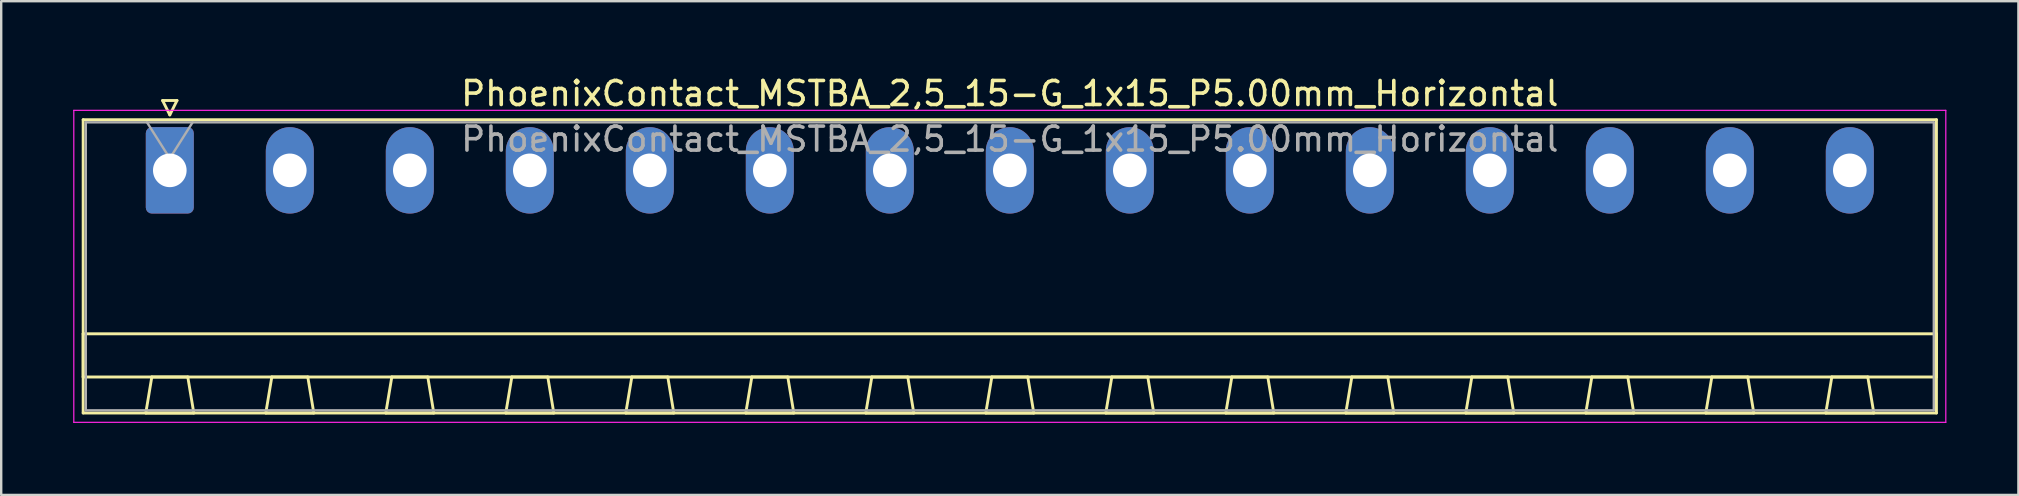
<source format=kicad_pcb>
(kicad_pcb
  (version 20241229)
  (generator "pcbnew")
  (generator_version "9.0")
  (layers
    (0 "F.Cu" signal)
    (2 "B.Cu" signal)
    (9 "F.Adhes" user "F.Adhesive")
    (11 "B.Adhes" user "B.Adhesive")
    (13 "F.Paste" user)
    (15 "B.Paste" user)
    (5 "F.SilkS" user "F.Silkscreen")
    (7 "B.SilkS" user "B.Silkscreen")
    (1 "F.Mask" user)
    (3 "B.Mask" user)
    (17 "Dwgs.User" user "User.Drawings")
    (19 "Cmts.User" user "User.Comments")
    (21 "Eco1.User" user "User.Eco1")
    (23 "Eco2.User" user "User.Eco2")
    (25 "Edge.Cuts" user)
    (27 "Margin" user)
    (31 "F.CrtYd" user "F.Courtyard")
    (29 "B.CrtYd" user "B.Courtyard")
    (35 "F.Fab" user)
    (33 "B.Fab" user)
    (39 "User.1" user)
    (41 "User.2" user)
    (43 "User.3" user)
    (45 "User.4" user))
  (footprint "PhoenixContact_MSTBA_2,5_15-G_1x15_P5.00mm_Horizontal"
    (layer "F.Cu")
    (at 4.025 4.048)
    (property "Reference" "PhoenixContact_MSTBA_2,5_15-G_1x15_P5.00mm_Horizontal" (at 35 -3.2 0) (layer "F.SilkS") (effects (font (size 1 1) (thickness 0.15))))
    (attr through_hole)
    (fp_line (start -3.61 -2.11) (end -3.61 10.11) (stroke (width 0.12) (type solid)) (layer "F.SilkS"))
    (fp_line (start -3.61 6.81) (end 73.61 6.81) (stroke (width 0.12) (type solid)) (layer "F.SilkS"))
    (fp_line (start -3.61 8.61) (end -3.61 6.81) (stroke (width 0.12) (type solid)) (layer "F.SilkS"))
    (fp_line (start -3.61 10.11) (end 73.61 10.11) (stroke (width 0.12) (type solid)) (layer "F.SilkS"))
    (fp_line (start -1 10.11) (end 1 10.11) (stroke (width 0.12) (type solid)) (layer "F.SilkS"))
    (fp_line (start -0.75 8.61) (end -1 10.11) (stroke (width 0.12) (type solid)) (layer "F.SilkS"))
    (fp_line (start -0.3 -2.91) (end 0.3 -2.91) (stroke (width 0.12) (type solid)) (layer "F.SilkS"))
    (fp_line (start 0 -2.31) (end -0.3 -2.91) (stroke (width 0.12) (type solid)) (layer "F.SilkS"))
    (fp_line (start 0.3 -2.91) (end 0 -2.31) (stroke (width 0.12) (type solid)) (layer "F.SilkS"))
    (fp_line (start 0.75 8.61) (end -0.75 8.61) (stroke (width 0.12) (type solid)) (layer "F.SilkS"))
    (fp_line (start 1 10.11) (end 0.75 8.61) (stroke (width 0.12) (type solid)) (layer "F.SilkS"))
    (fp_line (start 4 10.11) (end 6 10.11) (stroke (width 0.12) (type solid)) (layer "F.SilkS"))
    (fp_line (start 4.25 8.61) (end 4 10.11) (stroke (width 0.12) (type solid)) (layer "F.SilkS"))
    (fp_line (start 5.75 8.61) (end 4.25 8.61) (stroke (width 0.12) (type solid)) (layer "F.SilkS"))
    (fp_line (start 6 10.11) (end 5.75 8.61) (stroke (width 0.12) (type solid)) (layer "F.SilkS"))
    (fp_line (start 9 10.11) (end 11 10.11) (stroke (width 0.12) (type solid)) (layer "F.SilkS"))
    (fp_line (start 9.25 8.61) (end 9 10.11) (stroke (width 0.12) (type solid)) (layer "F.SilkS"))
    (fp_line (start 10.75 8.61) (end 9.25 8.61) (stroke (width 0.12) (type solid)) (layer "F.SilkS"))
    (fp_line (start 11 10.11) (end 10.75 8.61) (stroke (width 0.12) (type solid)) (layer "F.SilkS"))
    (fp_line (start 14 10.11) (end 16 10.11) (stroke (width 0.12) (type solid)) (layer "F.SilkS"))
    (fp_line (start 14.25 8.61) (end 14 10.11) (stroke (width 0.12) (type solid)) (layer "F.SilkS"))
    (fp_line (start 15.75 8.61) (end 14.25 8.61) (stroke (width 0.12) (type solid)) (layer "F.SilkS"))
    (fp_line (start 16 10.11) (end 15.75 8.61) (stroke (width 0.12) (type solid)) (layer "F.SilkS"))
    (fp_line (start 19 10.11) (end 21 10.11) (stroke (width 0.12) (type solid)) (layer "F.SilkS"))
    (fp_line (start 19.25 8.61) (end 19 10.11) (stroke (width 0.12) (type solid)) (layer "F.SilkS"))
    (fp_line (start 20.75 8.61) (end 19.25 8.61) (stroke (width 0.12) (type solid)) (layer "F.SilkS"))
    (fp_line (start 21 10.11) (end 20.75 8.61) (stroke (width 0.12) (type solid)) (layer "F.SilkS"))
    (fp_line (start 24 10.11) (end 26 10.11) (stroke (width 0.12) (type solid)) (layer "F.SilkS"))
    (fp_line (start 24.25 8.61) (end 24 10.11) (stroke (width 0.12) (type solid)) (layer "F.SilkS"))
    (fp_line (start 25.75 8.61) (end 24.25 8.61) (stroke (width 0.12) (type solid)) (layer "F.SilkS"))
    (fp_line (start 26 10.11) (end 25.75 8.61) (stroke (width 0.12) (type solid)) (layer "F.SilkS"))
    (fp_line (start 29 10.11) (end 31 10.11) (stroke (width 0.12) (type solid)) (layer "F.SilkS"))
    (fp_line (start 29.25 8.61) (end 29 10.11) (stroke (width 0.12) (type solid)) (layer "F.SilkS"))
    (fp_line (start 30.75 8.61) (end 29.25 8.61) (stroke (width 0.12) (type solid)) (layer "F.SilkS"))
    (fp_line (start 31 10.11) (end 30.75 8.61) (stroke (width 0.12) (type solid)) (layer "F.SilkS"))
    (fp_line (start 34 10.11) (end 36 10.11) (stroke (width 0.12) (type solid)) (layer "F.SilkS"))
    (fp_line (start 34.25 8.61) (end 34 10.11) (stroke (width 0.12) (type solid)) (layer "F.SilkS"))
    (fp_line (start 35.75 8.61) (end 34.25 8.61) (stroke (width 0.12) (type solid)) (layer "F.SilkS"))
    (fp_line (start 36 10.11) (end 35.75 8.61) (stroke (width 0.12) (type solid)) (layer "F.SilkS"))
    (fp_line (start 39 10.11) (end 41 10.11) (stroke (width 0.12) (type solid)) (layer "F.SilkS"))
    (fp_line (start 39.25 8.61) (end 39 10.11) (stroke (width 0.12) (type solid)) (layer "F.SilkS"))
    (fp_line (start 40.75 8.61) (end 39.25 8.61) (stroke (width 0.12) (type solid)) (layer "F.SilkS"))
    (fp_line (start 41 10.11) (end 40.75 8.61) (stroke (width 0.12) (type solid)) (layer "F.SilkS"))
    (fp_line (start 44 10.11) (end 46 10.11) (stroke (width 0.12) (type solid)) (layer "F.SilkS"))
    (fp_line (start 44.25 8.61) (end 44 10.11) (stroke (width 0.12) (type solid)) (layer "F.SilkS"))
    (fp_line (start 45.75 8.61) (end 44.25 8.61) (stroke (width 0.12) (type solid)) (layer "F.SilkS"))
    (fp_line (start 46 10.11) (end 45.75 8.61) (stroke (width 0.12) (type solid)) (layer "F.SilkS"))
    (fp_line (start 49 10.11) (end 51 10.11) (stroke (width 0.12) (type solid)) (layer "F.SilkS"))
    (fp_line (start 49.25 8.61) (end 49 10.11) (stroke (width 0.12) (type solid)) (layer "F.SilkS"))
    (fp_line (start 50.75 8.61) (end 49.25 8.61) (stroke (width 0.12) (type solid)) (layer "F.SilkS"))
    (fp_line (start 51 10.11) (end 50.75 8.61) (stroke (width 0.12) (type solid)) (layer "F.SilkS"))
    (fp_line (start 54 10.11) (end 56 10.11) (stroke (width 0.12) (type solid)) (layer "F.SilkS"))
    (fp_line (start 54.25 8.61) (end 54 10.11) (stroke (width 0.12) (type solid)) (layer "F.SilkS"))
    (fp_line (start 55.75 8.61) (end 54.25 8.61) (stroke (width 0.12) (type solid)) (layer "F.SilkS"))
    (fp_line (start 56 10.11) (end 55.75 8.61) (stroke (width 0.12) (type solid)) (layer "F.SilkS"))
    (fp_line (start 59 10.11) (end 61 10.11) (stroke (width 0.12) (type solid)) (layer "F.SilkS"))
    (fp_line (start 59.25 8.61) (end 59 10.11) (stroke (width 0.12) (type solid)) (layer "F.SilkS"))
    (fp_line (start 60.75 8.61) (end 59.25 8.61) (stroke (width 0.12) (type solid)) (layer "F.SilkS"))
    (fp_line (start 61 10.11) (end 60.75 8.61) (stroke (width 0.12) (type solid)) (layer "F.SilkS"))
    (fp_line (start 64 10.11) (end 66 10.11) (stroke (width 0.12) (type solid)) (layer "F.SilkS"))
    (fp_line (start 64.25 8.61) (end 64 10.11) (stroke (width 0.12) (type solid)) (layer "F.SilkS"))
    (fp_line (start 65.75 8.61) (end 64.25 8.61) (stroke (width 0.12) (type solid)) (layer "F.SilkS"))
    (fp_line (start 66 10.11) (end 65.75 8.61) (stroke (width 0.12) (type solid)) (layer "F.SilkS"))
    (fp_line (start 69 10.11) (end 71 10.11) (stroke (width 0.12) (type solid)) (layer "F.SilkS"))
    (fp_line (start 69.25 8.61) (end 69 10.11) (stroke (width 0.12) (type solid)) (layer "F.SilkS"))
    (fp_line (start 70.75 8.61) (end 69.25 8.61) (stroke (width 0.12) (type solid)) (layer "F.SilkS"))
    (fp_line (start 71 10.11) (end 70.75 8.61) (stroke (width 0.12) (type solid)) (layer "F.SilkS"))
    (fp_line (start 73.61 -2.11) (end -3.61 -2.11) (stroke (width 0.12) (type solid)) (layer "F.SilkS"))
    (fp_line (start 73.61 6.81) (end 73.61 8.61) (stroke (width 0.12) (type solid)) (layer "F.SilkS"))
    (fp_line (start 73.61 8.61) (end -3.61 8.61) (stroke (width 0.12) (type solid)) (layer "F.SilkS"))
    (fp_line (start 73.61 10.11) (end 73.61 -2.11) (stroke (width 0.12) (type solid)) (layer "F.SilkS"))
    (fp_line (start -4 -2.5) (end -4 10.5) (stroke (width 0.05) (type solid)) (layer "F.CrtYd"))
    (fp_line (start -4 10.5) (end 74 10.5) (stroke (width 0.05) (type solid)) (layer "F.CrtYd"))
    (fp_line (start 74 -2.5) (end -4 -2.5) (stroke (width 0.05) (type solid)) (layer "F.CrtYd"))
    (fp_line (start 74 10.5) (end 74 -2.5) (stroke (width 0.05) (type solid)) (layer "F.CrtYd"))
    (fp_line (start -3.5 -2) (end -3.5 10) (stroke (width 0.1) (type solid)) (layer "F.Fab"))
    (fp_line (start -3.5 10) (end 73.5 10) (stroke (width 0.1) (type solid)) (layer "F.Fab"))
    (fp_line (start 0 -0.5) (end -0.95 -2) (stroke (width 0.1) (type solid)) (layer "F.Fab"))
    (fp_line (start 0.95 -2) (end 0 -0.5) (stroke (width 0.1) (type solid)) (layer "F.Fab"))
    (fp_line (start 73.5 -2) (end -3.5 -2) (stroke (width 0.1) (type solid)) (layer "F.Fab"))
    (fp_line (start 73.5 10) (end 73.5 -2) (stroke (width 0.1) (type solid)) (layer "F.Fab"))
    (fp_text user "${REFERENCE}" (at 35 -1.3 0) (layer "F.Fab") (effects (font (size 1 1) (thickness 0.15))))
    (pad "1" thru_hole roundrect (at 0 0) (size 2 3.6) (drill 1.4) (layers "*.Cu" "*.Mask") (roundrect_rratio 0.125))
    (pad "2" thru_hole oval (at 5 0) (size 2 3.6) (drill 1.4) (layers "*.Cu" "*.Mask"))
    (pad "3" thru_hole oval (at 10 0) (size 2 3.6) (drill 1.4) (layers "*.Cu" "*.Mask"))
    (pad "4" thru_hole oval (at 15 0) (size 2 3.6) (drill 1.4) (layers "*.Cu" "*.Mask"))
    (pad "5" thru_hole oval (at 20 0) (size 2 3.6) (drill 1.4) (layers "*.Cu" "*.Mask"))
    (pad "6" thru_hole oval (at 25 0) (size 2 3.6) (drill 1.4) (layers "*.Cu" "*.Mask"))
    (pad "7" thru_hole oval (at 30 0) (size 2 3.6) (drill 1.4) (layers "*.Cu" "*.Mask"))
    (pad "8" thru_hole oval (at 35 0) (size 2 3.6) (drill 1.4) (layers "*.Cu" "*.Mask"))
    (pad "9" thru_hole oval (at 40 0) (size 2 3.6) (drill 1.4) (layers "*.Cu" "*.Mask"))
    (pad "10" thru_hole oval (at 45 0) (size 2 3.6) (drill 1.4) (layers "*.Cu" "*.Mask"))
    (pad "11" thru_hole oval (at 50 0) (size 2 3.6) (drill 1.4) (layers "*.Cu" "*.Mask"))
    (pad "12" thru_hole oval (at 55 0) (size 2 3.6) (drill 1.4) (layers "*.Cu" "*.Mask"))
    (pad "13" thru_hole oval (at 60 0) (size 2 3.6) (drill 1.4) (layers "*.Cu" "*.Mask"))
    (pad "14" thru_hole oval (at 65 0) (size 2 3.6) (drill 1.4) (layers "*.Cu" "*.Mask"))
    (pad "15" thru_hole oval (at 70 0) (size 2 3.6) (drill 1.4) (layers "*.Cu" "*.Mask")))
  (gr_rect
    (start -3 -3)
    (end 81.05 17.573)
    (stroke (width 0.1) (type default))
    (fill no)
    (layer "Edge.Cuts")))
</source>
